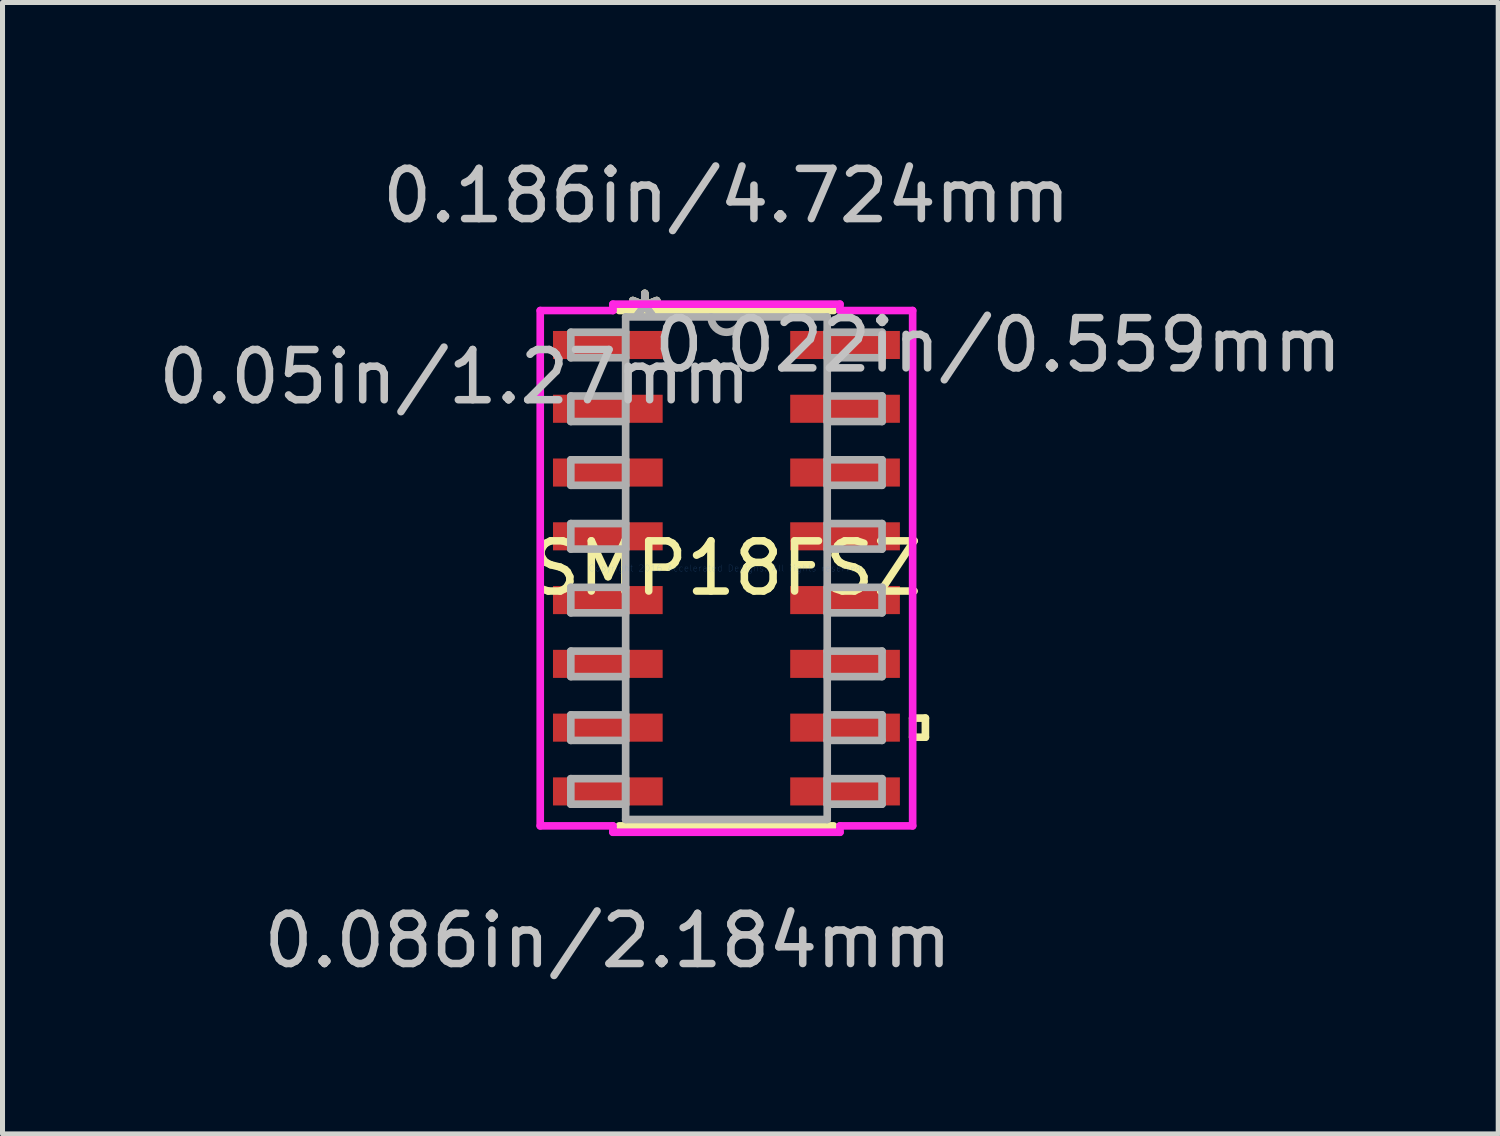
<source format=kicad_pcb>
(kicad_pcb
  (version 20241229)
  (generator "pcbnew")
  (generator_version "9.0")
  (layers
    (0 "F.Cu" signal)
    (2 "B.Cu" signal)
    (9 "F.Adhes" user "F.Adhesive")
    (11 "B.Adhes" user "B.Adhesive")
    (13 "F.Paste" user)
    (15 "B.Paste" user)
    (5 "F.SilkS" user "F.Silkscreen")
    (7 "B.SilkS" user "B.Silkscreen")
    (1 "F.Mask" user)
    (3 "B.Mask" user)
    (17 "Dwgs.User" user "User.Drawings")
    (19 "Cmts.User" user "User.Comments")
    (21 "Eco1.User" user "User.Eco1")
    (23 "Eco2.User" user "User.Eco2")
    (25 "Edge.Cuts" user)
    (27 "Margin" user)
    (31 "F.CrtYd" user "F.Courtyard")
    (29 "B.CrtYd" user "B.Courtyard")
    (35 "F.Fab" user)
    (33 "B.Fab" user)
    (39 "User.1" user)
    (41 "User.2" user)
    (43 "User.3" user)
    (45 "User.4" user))
  (footprint "SMP18FSZ"
    (layer "F.Cu")
    (at 11.416 8.265)
    (property "Reference" "SMP18FSZ" (at 0 0 0) (layer "F.SilkS") (effects (font (size 1 1) (thickness 0.15))))
    (attr through_hole)
    (fp_line (start -2.134 5.131) (end 2.134 5.131) (stroke (width 0.152) (type solid)) (layer "F.SilkS"))
    (fp_line (start 2.134 -5.131) (end -2.134 -5.131) (stroke (width 0.152) (type solid)) (layer "F.SilkS"))
    (fp_line (start 3.708 2.985) (end 3.962 2.985) (stroke (width 0.152) (type solid)) (layer "F.SilkS"))
    (fp_line (start 3.708 3.365) (end 3.708 2.985) (stroke (width 0.152) (type solid)) (layer "F.SilkS"))
    (fp_line (start 3.962 2.985) (end 3.962 3.365) (stroke (width 0.152) (type solid)) (layer "F.SilkS"))
    (fp_line (start 3.962 3.365) (end 3.708 3.365) (stroke (width 0.152) (type solid)) (layer "F.SilkS"))
    (fp_line (start -3.708 -5.131) (end -2.261 -5.131) (stroke (width 0.152) (type solid)) (layer "F.CrtYd"))
    (fp_line (start -3.708 5.131) (end -3.708 -5.131) (stroke (width 0.152) (type solid)) (layer "F.CrtYd"))
    (fp_line (start -2.261 -5.258) (end 2.261 -5.258) (stroke (width 0.152) (type solid)) (layer "F.CrtYd"))
    (fp_line (start -2.261 -5.131) (end -2.261 -5.258) (stroke (width 0.152) (type solid)) (layer "F.CrtYd"))
    (fp_line (start -2.261 5.131) (end -3.708 5.131) (stroke (width 0.152) (type solid)) (layer "F.CrtYd"))
    (fp_line (start -2.261 5.258) (end -2.261 5.131) (stroke (width 0.152) (type solid)) (layer "F.CrtYd"))
    (fp_line (start 2.261 -5.258) (end 2.261 -5.131) (stroke (width 0.152) (type solid)) (layer "F.CrtYd"))
    (fp_line (start 2.261 -5.131) (end 3.708 -5.131) (stroke (width 0.152) (type solid)) (layer "F.CrtYd"))
    (fp_line (start 2.261 5.131) (end 2.261 5.258) (stroke (width 0.152) (type solid)) (layer "F.CrtYd"))
    (fp_line (start 2.261 5.258) (end -2.261 5.258) (stroke (width 0.152) (type solid)) (layer "F.CrtYd"))
    (fp_line (start 3.708 -5.131) (end 3.708 5.131) (stroke (width 0.152) (type solid)) (layer "F.CrtYd"))
    (fp_line (start 3.708 5.131) (end 2.261 5.131) (stroke (width 0.152) (type solid)) (layer "F.CrtYd"))
    (fp_line (start -3.099 -4.699) (end -3.099 -4.191) (stroke (width 0.152) (type solid)) (layer "F.Fab"))
    (fp_line (start -3.099 -4.191) (end -2.007 -4.191) (stroke (width 0.152) (type solid)) (layer "F.Fab"))
    (fp_line (start -3.099 -3.429) (end -3.099 -2.921) (stroke (width 0.152) (type solid)) (layer "F.Fab"))
    (fp_line (start -3.099 -2.921) (end -2.007 -2.921) (stroke (width 0.152) (type solid)) (layer "F.Fab"))
    (fp_line (start -3.099 -2.159) (end -3.099 -1.651) (stroke (width 0.152) (type solid)) (layer "F.Fab"))
    (fp_line (start -3.099 -1.651) (end -2.007 -1.651) (stroke (width 0.152) (type solid)) (layer "F.Fab"))
    (fp_line (start -3.099 -0.889) (end -3.099 -0.381) (stroke (width 0.152) (type solid)) (layer "F.Fab"))
    (fp_line (start -3.099 -0.381) (end -2.007 -0.381) (stroke (width 0.152) (type solid)) (layer "F.Fab"))
    (fp_line (start -3.099 0.381) (end -3.099 0.889) (stroke (width 0.152) (type solid)) (layer "F.Fab"))
    (fp_line (start -3.099 0.889) (end -2.007 0.889) (stroke (width 0.152) (type solid)) (layer "F.Fab"))
    (fp_line (start -3.099 1.651) (end -3.099 2.159) (stroke (width 0.152) (type solid)) (layer "F.Fab"))
    (fp_line (start -3.099 2.159) (end -2.007 2.159) (stroke (width 0.152) (type solid)) (layer "F.Fab"))
    (fp_line (start -3.099 2.921) (end -3.099 3.429) (stroke (width 0.152) (type solid)) (layer "F.Fab"))
    (fp_line (start -3.099 3.429) (end -2.007 3.429) (stroke (width 0.152) (type solid)) (layer "F.Fab"))
    (fp_line (start -3.099 4.191) (end -3.099 4.699) (stroke (width 0.152) (type solid)) (layer "F.Fab"))
    (fp_line (start -3.099 4.699) (end -2.007 4.699) (stroke (width 0.152) (type solid)) (layer "F.Fab"))
    (fp_line (start -2.007 -5.004) (end -2.007 5.004) (stroke (width 0.152) (type solid)) (layer "F.Fab"))
    (fp_line (start -2.007 -4.699) (end -3.099 -4.699) (stroke (width 0.152) (type solid)) (layer "F.Fab"))
    (fp_line (start -2.007 -4.191) (end -2.007 -4.699) (stroke (width 0.152) (type solid)) (layer "F.Fab"))
    (fp_line (start -2.007 -3.429) (end -3.099 -3.429) (stroke (width 0.152) (type solid)) (layer "F.Fab"))
    (fp_line (start -2.007 -2.921) (end -2.007 -3.429) (stroke (width 0.152) (type solid)) (layer "F.Fab"))
    (fp_line (start -2.007 -2.159) (end -3.099 -2.159) (stroke (width 0.152) (type solid)) (layer "F.Fab"))
    (fp_line (start -2.007 -1.651) (end -2.007 -2.159) (stroke (width 0.152) (type solid)) (layer "F.Fab"))
    (fp_line (start -2.007 -0.889) (end -3.099 -0.889) (stroke (width 0.152) (type solid)) (layer "F.Fab"))
    (fp_line (start -2.007 -0.381) (end -2.007 -0.889) (stroke (width 0.152) (type solid)) (layer "F.Fab"))
    (fp_line (start -2.007 0.381) (end -3.099 0.381) (stroke (width 0.152) (type solid)) (layer "F.Fab"))
    (fp_line (start -2.007 0.889) (end -2.007 0.381) (stroke (width 0.152) (type solid)) (layer "F.Fab"))
    (fp_line (start -2.007 1.651) (end -3.099 1.651) (stroke (width 0.152) (type solid)) (layer "F.Fab"))
    (fp_line (start -2.007 2.159) (end -2.007 1.651) (stroke (width 0.152) (type solid)) (layer "F.Fab"))
    (fp_line (start -2.007 2.921) (end -3.099 2.921) (stroke (width 0.152) (type solid)) (layer "F.Fab"))
    (fp_line (start -2.007 3.429) (end -2.007 2.921) (stroke (width 0.152) (type solid)) (layer "F.Fab"))
    (fp_line (start -2.007 4.191) (end -3.099 4.191) (stroke (width 0.152) (type solid)) (layer "F.Fab"))
    (fp_line (start -2.007 4.699) (end -2.007 4.191) (stroke (width 0.152) (type solid)) (layer "F.Fab"))
    (fp_line (start -2.007 5.004) (end 2.007 5.004) (stroke (width 0.152) (type solid)) (layer "F.Fab"))
    (fp_line (start 2.007 -5.004) (end -2.007 -5.004) (stroke (width 0.152) (type solid)) (layer "F.Fab"))
    (fp_line (start 2.007 -4.699) (end 2.007 -4.191) (stroke (width 0.152) (type solid)) (layer "F.Fab"))
    (fp_line (start 2.007 -4.191) (end 3.099 -4.191) (stroke (width 0.152) (type solid)) (layer "F.Fab"))
    (fp_line (start 2.007 -3.429) (end 2.007 -2.921) (stroke (width 0.152) (type solid)) (layer "F.Fab"))
    (fp_line (start 2.007 -2.921) (end 3.099 -2.921) (stroke (width 0.152) (type solid)) (layer "F.Fab"))
    (fp_line (start 2.007 -2.159) (end 2.007 -1.651) (stroke (width 0.152) (type solid)) (layer "F.Fab"))
    (fp_line (start 2.007 -1.651) (end 3.099 -1.651) (stroke (width 0.152) (type solid)) (layer "F.Fab"))
    (fp_line (start 2.007 -0.889) (end 2.007 -0.381) (stroke (width 0.152) (type solid)) (layer "F.Fab"))
    (fp_line (start 2.007 -0.381) (end 3.099 -0.381) (stroke (width 0.152) (type solid)) (layer "F.Fab"))
    (fp_line (start 2.007 0.381) (end 2.007 0.889) (stroke (width 0.152) (type solid)) (layer "F.Fab"))
    (fp_line (start 2.007 0.889) (end 3.099 0.889) (stroke (width 0.152) (type solid)) (layer "F.Fab"))
    (fp_line (start 2.007 1.651) (end 2.007 2.159) (stroke (width 0.152) (type solid)) (layer "F.Fab"))
    (fp_line (start 2.007 2.159) (end 3.099 2.159) (stroke (width 0.152) (type solid)) (layer "F.Fab"))
    (fp_line (start 2.007 2.921) (end 2.007 3.429) (stroke (width 0.152) (type solid)) (layer "F.Fab"))
    (fp_line (start 2.007 3.429) (end 3.099 3.429) (stroke (width 0.152) (type solid)) (layer "F.Fab"))
    (fp_line (start 2.007 4.191) (end 2.007 4.699) (stroke (width 0.152) (type solid)) (layer "F.Fab"))
    (fp_line (start 2.007 4.699) (end 3.099 4.699) (stroke (width 0.152) (type solid)) (layer "F.Fab"))
    (fp_line (start 2.007 5.004) (end 2.007 -5.004) (stroke (width 0.152) (type solid)) (layer "F.Fab"))
    (fp_line (start 3.099 -4.699) (end 2.007 -4.699) (stroke (width 0.152) (type solid)) (layer "F.Fab"))
    (fp_line (start 3.099 -4.191) (end 3.099 -4.699) (stroke (width 0.152) (type solid)) (layer "F.Fab"))
    (fp_line (start 3.099 -3.429) (end 2.007 -3.429) (stroke (width 0.152) (type solid)) (layer "F.Fab"))
    (fp_line (start 3.099 -2.921) (end 3.099 -3.429) (stroke (width 0.152) (type solid)) (layer "F.Fab"))
    (fp_line (start 3.099 -2.159) (end 2.007 -2.159) (stroke (width 0.152) (type solid)) (layer "F.Fab"))
    (fp_line (start 3.099 -1.651) (end 3.099 -2.159) (stroke (width 0.152) (type solid)) (layer "F.Fab"))
    (fp_line (start 3.099 -0.889) (end 2.007 -0.889) (stroke (width 0.152) (type solid)) (layer "F.Fab"))
    (fp_line (start 3.099 -0.381) (end 3.099 -0.889) (stroke (width 0.152) (type solid)) (layer "F.Fab"))
    (fp_line (start 3.099 0.381) (end 2.007 0.381) (stroke (width 0.152) (type solid)) (layer "F.Fab"))
    (fp_line (start 3.099 0.889) (end 3.099 0.381) (stroke (width 0.152) (type solid)) (layer "F.Fab"))
    (fp_line (start 3.099 1.651) (end 2.007 1.651) (stroke (width 0.152) (type solid)) (layer "F.Fab"))
    (fp_line (start 3.099 2.159) (end 3.099 1.651) (stroke (width 0.152) (type solid)) (layer "F.Fab"))
    (fp_line (start 3.099 2.921) (end 2.007 2.921) (stroke (width 0.152) (type solid)) (layer "F.Fab"))
    (fp_line (start 3.099 3.429) (end 3.099 2.921) (stroke (width 0.152) (type solid)) (layer "F.Fab"))
    (fp_line (start 3.099 4.191) (end 2.007 4.191) (stroke (width 0.152) (type solid)) (layer "F.Fab"))
    (fp_line (start 3.099 4.699) (end 3.099 4.191) (stroke (width 0.152) (type solid)) (layer "F.Fab"))
    (fp_arc (start 0.3048 -5.0038) (mid 0 -4.699) (end -0.3048 -5.0038) (stroke (width 0.1524) (type solid)) (layer "F.Fab"))
    (fp_text user "*" (at -1.626 -4.928 0) (layer "F.SilkS") (effects (font (size 1 1) (thickness 0.15))))
    (fp_text user "*" (at -1.626 -4.928 0) (layer "F.SilkS") (effects (font (size 1 1) (thickness 0.15))))
    (fp_text user "0.186in/4.724mm" (at 0 -7.417 0) (layer "Dwgs.User") (effects (font (size 1 1) (thickness 0.15))))
    (fp_text user "0.086in/2.184mm" (at -2.362 7.417 0) (layer "Dwgs.User") (effects (font (size 1 1) (thickness 0.15))))
    (fp_text user "0.05in/1.27mm" (at -5.41 -3.81 0) (layer "Dwgs.User") (effects (font (size 1 1) (thickness 0.15))))
    (fp_text user "0.022in/0.559mm" (at 5.41 -4.445 0) (layer "Dwgs.User") (effects (font (size 1 1) (thickness 0.15))))
    (fp_text user "Copyright 2016 Accelerated Designs. All rights reserved." (at 0 0 0) (layer "Cmts.User") (effects (font (size 0.127 0.127) (thickness 0.002))))
    (fp_text user "*" (at -1.626 -4.928 0) (layer "F.Fab") (effects (font (size 1 1) (thickness 0.15))))
    (fp_text user "*" (at -1.626 -4.928 0) (layer "F.Fab") (effects (font (size 1 1) (thickness 0.15))))
    (pad "1" smd rect (at -2.362 -4.445) (size 2.184 0.559) (layers "F.Cu" "F.Mask" "F.Paste"))
    (pad "2" smd rect (at -2.362 -3.175) (size 2.184 0.559) (layers "F.Cu" "F.Mask" "F.Paste"))
    (pad "3" smd rect (at -2.362 -1.905) (size 2.184 0.559) (layers "F.Cu" "F.Mask" "F.Paste"))
    (pad "4" smd rect (at -2.362 -0.635) (size 2.184 0.559) (layers "F.Cu" "F.Mask" "F.Paste"))
    (pad "5" smd rect (at -2.362 0.635) (size 2.184 0.559) (layers "F.Cu" "F.Mask" "F.Paste"))
    (pad "6" smd rect (at -2.362 1.905) (size 2.184 0.559) (layers "F.Cu" "F.Mask" "F.Paste"))
    (pad "7" smd rect (at -2.362 3.175) (size 2.184 0.559) (layers "F.Cu" "F.Mask" "F.Paste"))
    (pad "8" smd rect (at -2.362 4.445) (size 2.184 0.559) (layers "F.Cu" "F.Mask" "F.Paste"))
    (pad "9" smd rect (at 2.362 4.445) (size 2.184 0.559) (layers "F.Cu" "F.Mask" "F.Paste"))
    (pad "10" smd rect (at 2.362 3.175) (size 2.184 0.559) (layers "F.Cu" "F.Mask" "F.Paste"))
    (pad "11" smd rect (at 2.362 1.905) (size 2.184 0.559) (layers "F.Cu" "F.Mask" "F.Paste"))
    (pad "12" smd rect (at 2.362 0.635) (size 2.184 0.559) (layers "F.Cu" "F.Mask" "F.Paste"))
    (pad "13" smd rect (at 2.362 -0.635) (size 2.184 0.559) (layers "F.Cu" "F.Mask" "F.Paste"))
    (pad "14" smd rect (at 2.362 -1.905) (size 2.184 0.559) (layers "F.Cu" "F.Mask" "F.Paste"))
    (pad "15" smd rect (at 2.362 -3.175) (size 2.184 0.559) (layers "F.Cu" "F.Mask" "F.Paste"))
    (pad "16" smd rect (at 2.362 -4.445) (size 2.184 0.559) (layers "F.Cu" "F.Mask" "F.Paste")))
  (gr_rect
    (start -3 -3)
    (end 26.785 19.53)
    (stroke (width 0.1) (type default))
    (fill no)
    (layer "Edge.Cuts")))
</source>
